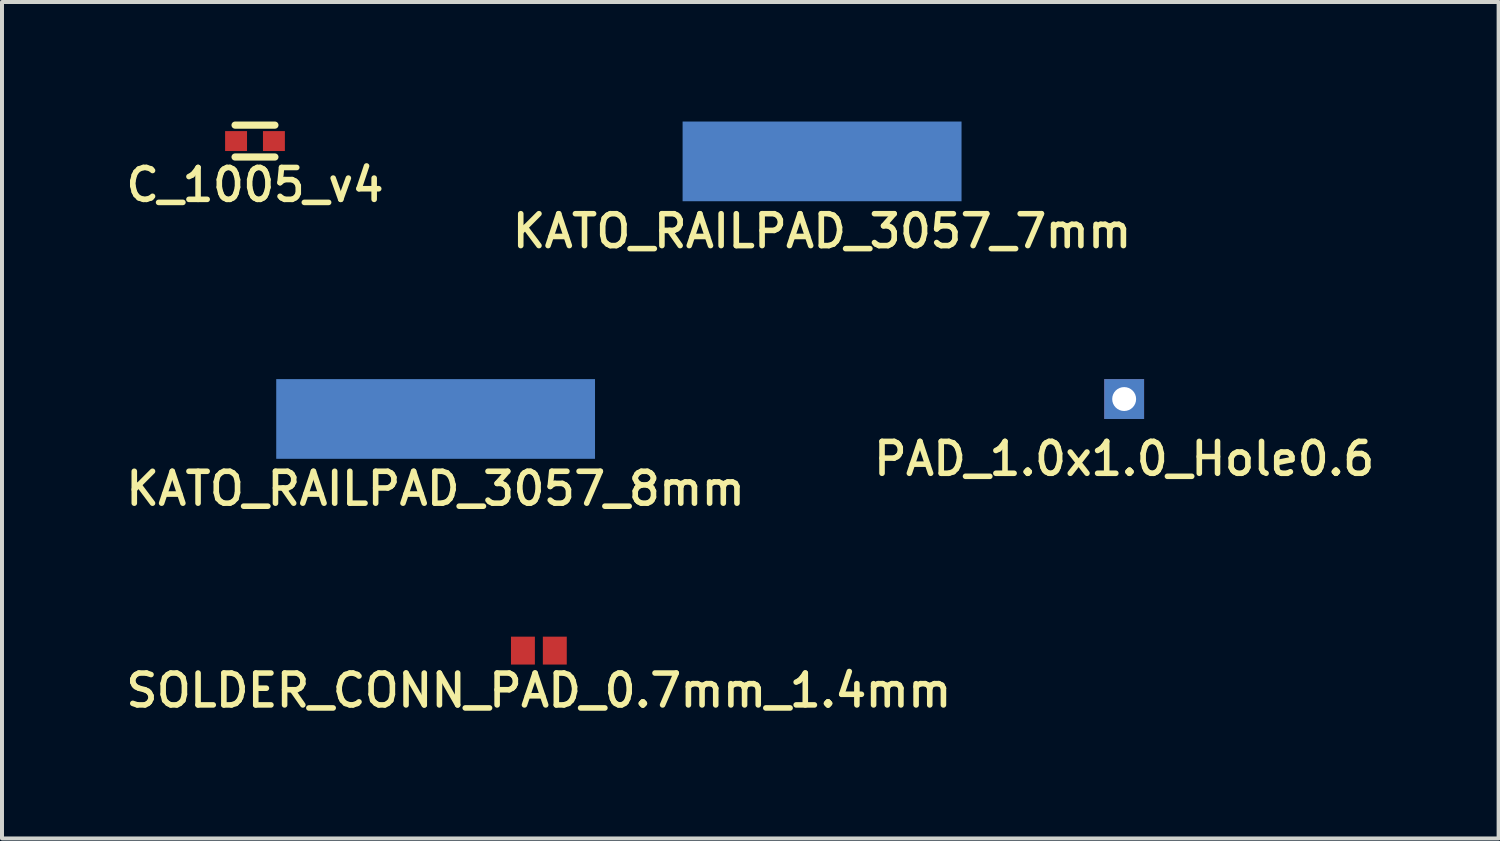
<source format=kicad_pcb>
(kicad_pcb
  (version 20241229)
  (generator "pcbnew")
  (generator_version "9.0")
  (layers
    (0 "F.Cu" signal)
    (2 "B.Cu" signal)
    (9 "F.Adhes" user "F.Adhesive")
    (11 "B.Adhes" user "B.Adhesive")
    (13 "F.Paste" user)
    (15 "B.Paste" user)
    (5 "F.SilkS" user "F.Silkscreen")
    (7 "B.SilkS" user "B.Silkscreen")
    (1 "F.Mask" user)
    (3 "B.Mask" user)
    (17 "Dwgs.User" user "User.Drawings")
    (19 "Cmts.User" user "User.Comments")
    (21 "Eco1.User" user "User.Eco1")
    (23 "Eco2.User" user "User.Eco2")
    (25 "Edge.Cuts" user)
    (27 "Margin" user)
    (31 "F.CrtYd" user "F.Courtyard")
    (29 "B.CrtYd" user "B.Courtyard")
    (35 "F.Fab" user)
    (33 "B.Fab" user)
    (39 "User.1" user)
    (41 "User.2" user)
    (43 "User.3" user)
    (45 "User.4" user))
  (footprint "PAD_1.0x1.0_Hole0.6"
    (layer "F.Cu")
    (at 25.161 6.964)
    (property "Reference" "PAD_1.0x1.0_Hole0.6" (at 0 1.5 0) (layer "F.SilkS") (effects (font (size 0.8 0.8) (thickness 0.14))))
    (attr through_hole)
    (pad "1" thru_hole rect (at 0 0) (size 1 1) (drill 0.6) (layers "*.Cu" "*.Mask")))
  (footprint "SOLDER_CONN_PAD_0.7mm_1.4mm"
    (layer "F.Cu")
    (at 10.473 13.277)
    (property "Reference" "SOLDER_CONN_PAD_0.7mm_1.4mm" (at 0 1 0) (layer "F.SilkS") (effects (font (size 0.8 0.8) (thickness 0.14))))
    (attr through_hole)
    (fp_poly (pts (xy 0.6 0.3) (xy -0.6 0.3) (xy -0.6 -0.3) (xy 0.6 -0.3)) (stroke (width 0.1) (type solid)) (fill yes) (layer "F.Mask"))
    (pad "1" smd rect (at -0.4 0) (size 0.6 0.7) (layers "F.Cu" "F.Mask"))
    (pad "2" smd rect (at 0.4 0) (size 0.6 0.7) (layers "F.Cu" "F.Mask")))
  (footprint "KATO_RAILPAD_3057_8mm"
    (layer "F.Cu")
    (at 7.882 7.464)
    (property "Reference" "KATO_RAILPAD_3057_8mm" (at 0 1.75 0) (layer "F.SilkS") (effects (font (size 0.8 0.8) (thickness 0.14))))
    (attr through_hole)
    (pad "1" smd rect (at 0 0) (size 8 2) (layers "B.Cu" "B.Mask" "B.Paste")))
  (footprint "C_1005_v4"
    (layer "F.Cu")
    (at 3.349 0.49)
    (property "Reference" "C_1005_v4" (at 0 1.1 0) (layer "F.SilkS") (effects (font (size 0.8 0.8) (thickness 0.14))))
    (attr smd)
    (fp_line (start -0.5 -0.4) (end 0.5 -0.4) (stroke (width 0.18) (type solid)) (layer "F.SilkS"))
    (fp_line (start 0.5 0.4) (end -0.5 0.4) (stroke (width 0.18) (type solid)) (layer "F.SilkS"))
    (pad "1" smd rect (at -0.475 0) (size 0.55 0.5) (layers "F.Cu" "F.Mask" "F.Paste"))
    (pad "2" smd rect (at 0.475 0) (size 0.55 0.5) (layers "F.Cu" "F.Mask" "F.Paste")))
  (footprint "KATO_RAILPAD_3057_7mm"
    (layer "F.Cu")
    (at 17.58 1)
    (property "Reference" "KATO_RAILPAD_3057_7mm" (at 0 1.75 0) (layer "F.SilkS") (effects (font (size 0.8 0.8) (thickness 0.14))))
    (attr through_hole)
    (pad "1" smd rect (at 0 0) (size 7 2) (layers "B.Cu" "B.Mask" "B.Paste")))
  (gr_rect
    (start -3 -3)
    (end 34.558 17.991)
    (stroke (width 0.1) (type default))
    (fill no)
    (layer "Edge.Cuts")))
</source>
